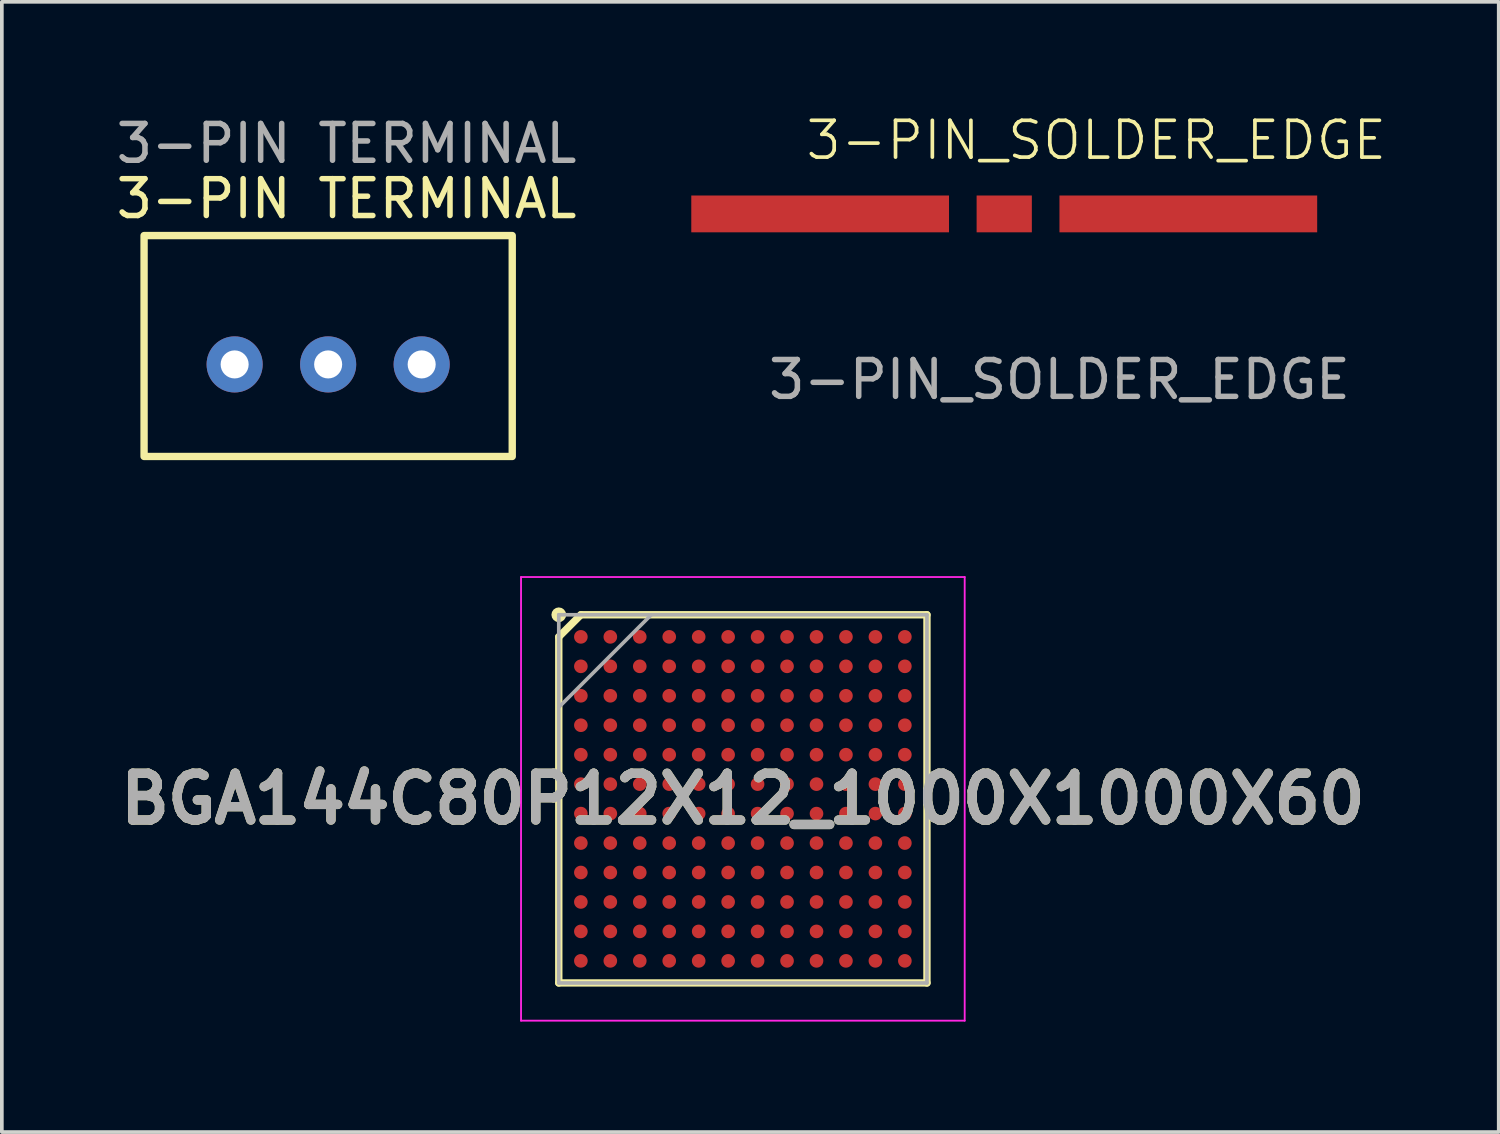
<source format=kicad_pcb>
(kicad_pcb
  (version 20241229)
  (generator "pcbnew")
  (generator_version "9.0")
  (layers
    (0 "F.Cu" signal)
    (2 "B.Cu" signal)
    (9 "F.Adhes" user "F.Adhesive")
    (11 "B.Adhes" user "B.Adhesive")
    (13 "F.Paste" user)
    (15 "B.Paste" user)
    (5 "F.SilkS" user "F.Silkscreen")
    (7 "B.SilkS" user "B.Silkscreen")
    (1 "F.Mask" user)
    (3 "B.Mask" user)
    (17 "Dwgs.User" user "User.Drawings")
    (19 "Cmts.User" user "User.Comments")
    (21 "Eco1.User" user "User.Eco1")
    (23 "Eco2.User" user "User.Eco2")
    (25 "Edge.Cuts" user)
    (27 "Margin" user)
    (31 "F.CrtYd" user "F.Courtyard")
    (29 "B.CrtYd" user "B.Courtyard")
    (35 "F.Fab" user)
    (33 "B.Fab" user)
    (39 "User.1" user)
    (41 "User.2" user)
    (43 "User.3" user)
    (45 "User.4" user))
  (footprint "3-PIN_SOLDER_EDGE"
    (layer "F.Cu")
    (at 22.726 2.76)
    (property "Reference" "3-PIN_SOLDER_EDGE" (at 4 -2 0) (unlocked yes) (layer "F.SilkS") (effects (font (size 1 1) (thickness 0.1))))
    (attr smd)
    (fp_text user "${REFERENCE}" (at 3 4.5 0) (unlocked yes) (layer "F.Fab") (effects (font (size 1 1) (thickness 0.15))))
    (pad "1" connect rect (at -3.5 0) (size 7 1) (layers "F.Cu" "F.Mask"))
    (pad "2" connect rect (at 1.5 0) (size 1.5 1) (layers "F.Cu" "F.Mask"))
    (pad "3" connect rect (at 6.5 0) (size 7 1) (layers "F.Cu" "F.Mask")))
  (footprint "3-PIN TERMINAL"
    (layer "F.Cu")
    (at 0.863 9.348)
    (property "Reference" "3-PIN TERMINAL" (at 5.5 -7 0) (unlocked yes) (layer "F.SilkS") (effects (font (size 1 1) (thickness 0.15))))
    (attr through_hole)
    (fp_rect (start 0 0) (end 10 -6) (stroke (width 0.2) (type solid)) (fill no) (layer "F.SilkS"))
    (fp_text user "${REFERENCE}" (at 5.5 -8.5 0) (unlocked yes) (layer "F.Fab") (effects (font (size 1 1) (thickness 0.15))))
    (pad "1" thru_hole circle (at 2.46 -2.5) (size 1.524 1.524) (drill 0.762) (layers "*.Cu" "*.Mask"))
    (pad "2" thru_hole circle (at 5 -2.5) (size 1.524 1.524) (drill 0.762) (layers "*.Cu" "*.Mask"))
    (pad "3" thru_hole circle (at 7.54 -2.5) (size 1.524 1.524) (drill 0.762) (layers "*.Cu" "*.Mask")))
  (footprint "BGA144C80P12X12_1000X1000X60"
    (layer "F.Cu")
    (at 17.127 18.648)
    (property "Reference" "BGA144C80P12X12_1000X1000X60" (at 0 0 0) (layer "F.SilkS") (effects (font (size 1.27 1.27) (thickness 0.254))))
    (attr smd)
    (fp_line (start -5 -4.4) (end -4.4 -5) (stroke (width 0.2) (type solid)) (layer "F.SilkS"))
    (fp_line (start -5 5) (end -5 -4.4) (stroke (width 0.2) (type solid)) (layer "F.SilkS"))
    (fp_line (start -4.4 -5) (end 5 -5) (stroke (width 0.2) (type solid)) (layer "F.SilkS"))
    (fp_line (start 5 -5) (end 5 5) (stroke (width 0.2) (type solid)) (layer "F.SilkS"))
    (fp_line (start 5 5) (end -5 5) (stroke (width 0.2) (type solid)) (layer "F.SilkS"))
    (fp_circle (center -5 -5) (end -5 -4.9) (stroke (width 0.2) (type solid)) (fill no) (layer "F.SilkS"))
    (fp_line (start -6.025 -6.025) (end 6.025 -6.025) (stroke (width 0.05) (type solid)) (layer "F.CrtYd"))
    (fp_line (start -6.025 6.025) (end -6.025 -6.025) (stroke (width 0.05) (type solid)) (layer "F.CrtYd"))
    (fp_line (start 6.025 -6.025) (end 6.025 6.025) (stroke (width 0.05) (type solid)) (layer "F.CrtYd"))
    (fp_line (start 6.025 6.025) (end -6.025 6.025) (stroke (width 0.05) (type solid)) (layer "F.CrtYd"))
    (fp_line (start -5 -5) (end 5 -5) (stroke (width 0.1) (type solid)) (layer "F.Fab"))
    (fp_line (start -5 -2.488) (end -2.488 -5) (stroke (width 0.1) (type solid)) (layer "F.Fab"))
    (fp_line (start -5 5) (end -5 -5) (stroke (width 0.1) (type solid)) (layer "F.Fab"))
    (fp_line (start 5 -5) (end 5 5) (stroke (width 0.1) (type solid)) (layer "F.Fab"))
    (fp_line (start 5 5) (end -5 5) (stroke (width 0.1) (type solid)) (layer "F.Fab"))
    (fp_text user "${REFERENCE}" (at 0 0 0) (layer "F.Fab") (effects (font (size 1.27 1.27) (thickness 0.254))))
    (pad "A1" smd circle (at -4.4 -4.4 90) (size 0.37 0.37) (layers "F.Cu" "F.Mask" "F.Paste"))
    (pad "A2" smd circle (at -3.6 -4.4 90) (size 0.37 0.37) (layers "F.Cu" "F.Mask" "F.Paste"))
    (pad "A3" smd circle (at -2.8 -4.4 90) (size 0.37 0.37) (layers "F.Cu" "F.Mask" "F.Paste"))
    (pad "A4" smd circle (at -2 -4.4 90) (size 0.37 0.37) (layers "F.Cu" "F.Mask" "F.Paste"))
    (pad "A5" smd circle (at -1.2 -4.4 90) (size 0.37 0.37) (layers "F.Cu" "F.Mask" "F.Paste"))
    (pad "A6" smd circle (at -0.4 -4.4 90) (size 0.37 0.37) (layers "F.Cu" "F.Mask" "F.Paste"))
    (pad "A7" smd circle (at 0.4 -4.4 90) (size 0.37 0.37) (layers "F.Cu" "F.Mask" "F.Paste"))
    (pad "A8" smd circle (at 1.2 -4.4 90) (size 0.37 0.37) (layers "F.Cu" "F.Mask" "F.Paste"))
    (pad "A9" smd circle (at 2 -4.4 90) (size 0.37 0.37) (layers "F.Cu" "F.Mask" "F.Paste"))
    (pad "A10" smd circle (at 2.8 -4.4 90) (size 0.37 0.37) (layers "F.Cu" "F.Mask" "F.Paste"))
    (pad "A11" smd circle (at 3.6 -4.4 90) (size 0.37 0.37) (layers "F.Cu" "F.Mask" "F.Paste"))
    (pad "A12" smd circle (at 4.4 -4.4 90) (size 0.37 0.37) (layers "F.Cu" "F.Mask" "F.Paste"))
    (pad "B1" smd circle (at -4.4 -3.6 90) (size 0.37 0.37) (layers "F.Cu" "F.Mask" "F.Paste"))
    (pad "B2" smd circle (at -3.6 -3.6 90) (size 0.37 0.37) (layers "F.Cu" "F.Mask" "F.Paste"))
    (pad "B3" smd circle (at -2.8 -3.6 90) (size 0.37 0.37) (layers "F.Cu" "F.Mask" "F.Paste"))
    (pad "B4" smd circle (at -2 -3.6 90) (size 0.37 0.37) (layers "F.Cu" "F.Mask" "F.Paste"))
    (pad "B5" smd circle (at -1.2 -3.6 90) (size 0.37 0.37) (layers "F.Cu" "F.Mask" "F.Paste"))
    (pad "B6" smd circle (at -0.4 -3.6 90) (size 0.37 0.37) (layers "F.Cu" "F.Mask" "F.Paste"))
    (pad "B7" smd circle (at 0.4 -3.6 90) (size 0.37 0.37) (layers "F.Cu" "F.Mask" "F.Paste"))
    (pad "B8" smd circle (at 1.2 -3.6 90) (size 0.37 0.37) (layers "F.Cu" "F.Mask" "F.Paste"))
    (pad "B9" smd circle (at 2 -3.6 90) (size 0.37 0.37) (layers "F.Cu" "F.Mask" "F.Paste"))
    (pad "B10" smd circle (at 2.8 -3.6 90) (size 0.37 0.37) (layers "F.Cu" "F.Mask" "F.Paste"))
    (pad "B11" smd circle (at 3.6 -3.6 90) (size 0.37 0.37) (layers "F.Cu" "F.Mask" "F.Paste"))
    (pad "B12" smd circle (at 4.4 -3.6 90) (size 0.37 0.37) (layers "F.Cu" "F.Mask" "F.Paste"))
    (pad "C1" smd circle (at -4.4 -2.8 90) (size 0.37 0.37) (layers "F.Cu" "F.Mask" "F.Paste"))
    (pad "C2" smd circle (at -3.6 -2.8 90) (size 0.37 0.37) (layers "F.Cu" "F.Mask" "F.Paste"))
    (pad "C3" smd circle (at -2.8 -2.8 90) (size 0.37 0.37) (layers "F.Cu" "F.Mask" "F.Paste"))
    (pad "C4" smd circle (at -2 -2.8 90) (size 0.37 0.37) (layers "F.Cu" "F.Mask" "F.Paste"))
    (pad "C5" smd circle (at -1.2 -2.8 90) (size 0.37 0.37) (layers "F.Cu" "F.Mask" "F.Paste"))
    (pad "C6" smd circle (at -0.4 -2.8 90) (size 0.37 0.37) (layers "F.Cu" "F.Mask" "F.Paste"))
    (pad "C7" smd circle (at 0.4 -2.8 90) (size 0.37 0.37) (layers "F.Cu" "F.Mask" "F.Paste"))
    (pad "C8" smd circle (at 1.2 -2.8 90) (size 0.37 0.37) (layers "F.Cu" "F.Mask" "F.Paste"))
    (pad "C9" smd circle (at 2 -2.8 90) (size 0.37 0.37) (layers "F.Cu" "F.Mask" "F.Paste"))
    (pad "C10" smd circle (at 2.8 -2.8 90) (size 0.37 0.37) (layers "F.Cu" "F.Mask" "F.Paste"))
    (pad "C11" smd circle (at 3.6 -2.8 90) (size 0.37 0.37) (layers "F.Cu" "F.Mask" "F.Paste"))
    (pad "C12" smd circle (at 4.4 -2.8 90) (size 0.37 0.37) (layers "F.Cu" "F.Mask" "F.Paste"))
    (pad "D1" smd circle (at -4.4 -2 90) (size 0.37 0.37) (layers "F.Cu" "F.Mask" "F.Paste"))
    (pad "D2" smd circle (at -3.6 -2 90) (size 0.37 0.37) (layers "F.Cu" "F.Mask" "F.Paste"))
    (pad "D3" smd circle (at -2.8 -2 90) (size 0.37 0.37) (layers "F.Cu" "F.Mask" "F.Paste"))
    (pad "D4" smd circle (at -2 -2 90) (size 0.37 0.37) (layers "F.Cu" "F.Mask" "F.Paste"))
    (pad "D5" smd circle (at -1.2 -2 90) (size 0.37 0.37) (layers "F.Cu" "F.Mask" "F.Paste"))
    (pad "D6" smd circle (at -0.4 -2 90) (size 0.37 0.37) (layers "F.Cu" "F.Mask" "F.Paste"))
    (pad "D7" smd circle (at 0.4 -2 90) (size 0.37 0.37) (layers "F.Cu" "F.Mask" "F.Paste"))
    (pad "D8" smd circle (at 1.2 -2 90) (size 0.37 0.37) (layers "F.Cu" "F.Mask" "F.Paste"))
    (pad "D9" smd circle (at 2 -2 90) (size 0.37 0.37) (layers "F.Cu" "F.Mask" "F.Paste"))
    (pad "D10" smd circle (at 2.8 -2 90) (size 0.37 0.37) (layers "F.Cu" "F.Mask" "F.Paste"))
    (pad "D11" smd circle (at 3.6 -2 90) (size 0.37 0.37) (layers "F.Cu" "F.Mask" "F.Paste"))
    (pad "D12" smd circle (at 4.4 -2 90) (size 0.37 0.37) (layers "F.Cu" "F.Mask" "F.Paste"))
    (pad "E1" smd circle (at -4.4 -1.2 90) (size 0.37 0.37) (layers "F.Cu" "F.Mask" "F.Paste"))
    (pad "E2" smd circle (at -3.6 -1.2 90) (size 0.37 0.37) (layers "F.Cu" "F.Mask" "F.Paste"))
    (pad "E3" smd circle (at -2.8 -1.2 90) (size 0.37 0.37) (layers "F.Cu" "F.Mask" "F.Paste"))
    (pad "E4" smd circle (at -2 -1.2 90) (size 0.37 0.37) (layers "F.Cu" "F.Mask" "F.Paste"))
    (pad "E5" smd circle (at -1.2 -1.2 90) (size 0.37 0.37) (layers "F.Cu" "F.Mask" "F.Paste"))
    (pad "E6" smd circle (at -0.4 -1.2 90) (size 0.37 0.37) (layers "F.Cu" "F.Mask" "F.Paste"))
    (pad "E7" smd circle (at 0.4 -1.2 90) (size 0.37 0.37) (layers "F.Cu" "F.Mask" "F.Paste"))
    (pad "E8" smd circle (at 1.2 -1.2 90) (size 0.37 0.37) (layers "F.Cu" "F.Mask" "F.Paste"))
    (pad "E9" smd circle (at 2 -1.2 90) (size 0.37 0.37) (layers "F.Cu" "F.Mask" "F.Paste"))
    (pad "E10" smd circle (at 2.8 -1.2 90) (size 0.37 0.37) (layers "F.Cu" "F.Mask" "F.Paste"))
    (pad "E11" smd circle (at 3.6 -1.2 90) (size 0.37 0.37) (layers "F.Cu" "F.Mask" "F.Paste"))
    (pad "E12" smd circle (at 4.4 -1.2 90) (size 0.37 0.37) (layers "F.Cu" "F.Mask" "F.Paste"))
    (pad "F1" smd circle (at -4.4 -0.4 90) (size 0.37 0.37) (layers "F.Cu" "F.Mask" "F.Paste"))
    (pad "F2" smd circle (at -3.6 -0.4 90) (size 0.37 0.37) (layers "F.Cu" "F.Mask" "F.Paste"))
    (pad "F3" smd circle (at -2.8 -0.4 90) (size 0.37 0.37) (layers "F.Cu" "F.Mask" "F.Paste"))
    (pad "F4" smd circle (at -2 -0.4 90) (size 0.37 0.37) (layers "F.Cu" "F.Mask" "F.Paste"))
    (pad "F5" smd circle (at -1.2 -0.4 90) (size 0.37 0.37) (layers "F.Cu" "F.Mask" "F.Paste"))
    (pad "F6" smd circle (at -0.4 -0.4 90) (size 0.37 0.37) (layers "F.Cu" "F.Mask" "F.Paste"))
    (pad "F7" smd circle (at 0.4 -0.4 90) (size 0.37 0.37) (layers "F.Cu" "F.Mask" "F.Paste"))
    (pad "F8" smd circle (at 1.2 -0.4 90) (size 0.37 0.37) (layers "F.Cu" "F.Mask" "F.Paste"))
    (pad "F9" smd circle (at 2 -0.4 90) (size 0.37 0.37) (layers "F.Cu" "F.Mask" "F.Paste"))
    (pad "F10" smd circle (at 2.8 -0.4 90) (size 0.37 0.37) (layers "F.Cu" "F.Mask" "F.Paste"))
    (pad "F11" smd circle (at 3.6 -0.4 90) (size 0.37 0.37) (layers "F.Cu" "F.Mask" "F.Paste"))
    (pad "F12" smd circle (at 4.4 -0.4 90) (size 0.37 0.37) (layers "F.Cu" "F.Mask" "F.Paste"))
    (pad "G1" smd circle (at -4.4 0.4 90) (size 0.37 0.37) (layers "F.Cu" "F.Mask" "F.Paste"))
    (pad "G2" smd circle (at -3.6 0.4 90) (size 0.37 0.37) (layers "F.Cu" "F.Mask" "F.Paste"))
    (pad "G3" smd circle (at -2.8 0.4 90) (size 0.37 0.37) (layers "F.Cu" "F.Mask" "F.Paste"))
    (pad "G4" smd circle (at -2 0.4 90) (size 0.37 0.37) (layers "F.Cu" "F.Mask" "F.Paste"))
    (pad "G5" smd circle (at -1.2 0.4 90) (size 0.37 0.37) (layers "F.Cu" "F.Mask" "F.Paste"))
    (pad "G6" smd circle (at -0.4 0.4 90) (size 0.37 0.37) (layers "F.Cu" "F.Mask" "F.Paste"))
    (pad "G7" smd circle (at 0.4 0.4 90) (size 0.37 0.37) (layers "F.Cu" "F.Mask" "F.Paste"))
    (pad "G8" smd circle (at 1.2 0.4 90) (size 0.37 0.37) (layers "F.Cu" "F.Mask" "F.Paste"))
    (pad "G9" smd circle (at 2 0.4 90) (size 0.37 0.37) (layers "F.Cu" "F.Mask" "F.Paste"))
    (pad "G10" smd circle (at 2.8 0.4 90) (size 0.37 0.37) (layers "F.Cu" "F.Mask" "F.Paste"))
    (pad "G11" smd circle (at 3.6 0.4 90) (size 0.37 0.37) (layers "F.Cu" "F.Mask" "F.Paste"))
    (pad "G12" smd circle (at 4.4 0.4 90) (size 0.37 0.37) (layers "F.Cu" "F.Mask" "F.Paste"))
    (pad "H1" smd circle (at -4.4 1.2 90) (size 0.37 0.37) (layers "F.Cu" "F.Mask" "F.Paste"))
    (pad "H2" smd circle (at -3.6 1.2 90) (size 0.37 0.37) (layers "F.Cu" "F.Mask" "F.Paste"))
    (pad "H3" smd circle (at -2.8 1.2 90) (size 0.37 0.37) (layers "F.Cu" "F.Mask" "F.Paste"))
    (pad "H4" smd circle (at -2 1.2 90) (size 0.37 0.37) (layers "F.Cu" "F.Mask" "F.Paste"))
    (pad "H5" smd circle (at -1.2 1.2 90) (size 0.37 0.37) (layers "F.Cu" "F.Mask" "F.Paste"))
    (pad "H6" smd circle (at -0.4 1.2 90) (size 0.37 0.37) (layers "F.Cu" "F.Mask" "F.Paste"))
    (pad "H7" smd circle (at 0.4 1.2 90) (size 0.37 0.37) (layers "F.Cu" "F.Mask" "F.Paste"))
    (pad "H8" smd circle (at 1.2 1.2 90) (size 0.37 0.37) (layers "F.Cu" "F.Mask" "F.Paste"))
    (pad "H9" smd circle (at 2 1.2 90) (size 0.37 0.37) (layers "F.Cu" "F.Mask" "F.Paste"))
    (pad "H10" smd circle (at 2.8 1.2 90) (size 0.37 0.37) (layers "F.Cu" "F.Mask" "F.Paste"))
    (pad "H11" smd circle (at 3.6 1.2 90) (size 0.37 0.37) (layers "F.Cu" "F.Mask" "F.Paste"))
    (pad "H12" smd circle (at 4.4 1.2 90) (size 0.37 0.37) (layers "F.Cu" "F.Mask" "F.Paste"))
    (pad "J1" smd circle (at -4.4 2 90) (size 0.37 0.37) (layers "F.Cu" "F.Mask" "F.Paste"))
    (pad "J2" smd circle (at -3.6 2 90) (size 0.37 0.37) (layers "F.Cu" "F.Mask" "F.Paste"))
    (pad "J3" smd circle (at -2.8 2 90) (size 0.37 0.37) (layers "F.Cu" "F.Mask" "F.Paste"))
    (pad "J4" smd circle (at -2 2 90) (size 0.37 0.37) (layers "F.Cu" "F.Mask" "F.Paste"))
    (pad "J5" smd circle (at -1.2 2 90) (size 0.37 0.37) (layers "F.Cu" "F.Mask" "F.Paste"))
    (pad "J6" smd circle (at -0.4 2 90) (size 0.37 0.37) (layers "F.Cu" "F.Mask" "F.Paste"))
    (pad "J7" smd circle (at 0.4 2 90) (size 0.37 0.37) (layers "F.Cu" "F.Mask" "F.Paste"))
    (pad "J8" smd circle (at 1.2 2 90) (size 0.37 0.37) (layers "F.Cu" "F.Mask" "F.Paste"))
    (pad "J9" smd circle (at 2 2 90) (size 0.37 0.37) (layers "F.Cu" "F.Mask" "F.Paste"))
    (pad "J10" smd circle (at 2.8 2 90) (size 0.37 0.37) (layers "F.Cu" "F.Mask" "F.Paste"))
    (pad "J11" smd circle (at 3.6 2 90) (size 0.37 0.37) (layers "F.Cu" "F.Mask" "F.Paste"))
    (pad "J12" smd circle (at 4.4 2 90) (size 0.37 0.37) (layers "F.Cu" "F.Mask" "F.Paste"))
    (pad "K1" smd circle (at -4.4 2.8 90) (size 0.37 0.37) (layers "F.Cu" "F.Mask" "F.Paste"))
    (pad "K2" smd circle (at -3.6 2.8 90) (size 0.37 0.37) (layers "F.Cu" "F.Mask" "F.Paste"))
    (pad "K3" smd circle (at -2.8 2.8 90) (size 0.37 0.37) (layers "F.Cu" "F.Mask" "F.Paste"))
    (pad "K4" smd circle (at -2 2.8 90) (size 0.37 0.37) (layers "F.Cu" "F.Mask" "F.Paste"))
    (pad "K5" smd circle (at -1.2 2.8 90) (size 0.37 0.37) (layers "F.Cu" "F.Mask" "F.Paste"))
    (pad "K6" smd circle (at -0.4 2.8 90) (size 0.37 0.37) (layers "F.Cu" "F.Mask" "F.Paste"))
    (pad "K7" smd circle (at 0.4 2.8 90) (size 0.37 0.37) (layers "F.Cu" "F.Mask" "F.Paste"))
    (pad "K8" smd circle (at 1.2 2.8 90) (size 0.37 0.37) (layers "F.Cu" "F.Mask" "F.Paste"))
    (pad "K9" smd circle (at 2 2.8 90) (size 0.37 0.37) (layers "F.Cu" "F.Mask" "F.Paste"))
    (pad "K10" smd circle (at 2.8 2.8 90) (size 0.37 0.37) (layers "F.Cu" "F.Mask" "F.Paste"))
    (pad "K11" smd circle (at 3.6 2.8 90) (size 0.37 0.37) (layers "F.Cu" "F.Mask" "F.Paste"))
    (pad "K12" smd circle (at 4.4 2.8 90) (size 0.37 0.37) (layers "F.Cu" "F.Mask" "F.Paste"))
    (pad "L1" smd circle (at -4.4 3.6 90) (size 0.37 0.37) (layers "F.Cu" "F.Mask" "F.Paste"))
    (pad "L2" smd circle (at -3.6 3.6 90) (size 0.37 0.37) (layers "F.Cu" "F.Mask" "F.Paste"))
    (pad "L3" smd circle (at -2.8 3.6 90) (size 0.37 0.37) (layers "F.Cu" "F.Mask" "F.Paste"))
    (pad "L4" smd circle (at -2 3.6 90) (size 0.37 0.37) (layers "F.Cu" "F.Mask" "F.Paste"))
    (pad "L5" smd circle (at -1.2 3.6 90) (size 0.37 0.37) (layers "F.Cu" "F.Mask" "F.Paste"))
    (pad "L6" smd circle (at -0.4 3.6 90) (size 0.37 0.37) (layers "F.Cu" "F.Mask" "F.Paste"))
    (pad "L7" smd circle (at 0.4 3.6 90) (size 0.37 0.37) (layers "F.Cu" "F.Mask" "F.Paste"))
    (pad "L8" smd circle (at 1.2 3.6 90) (size 0.37 0.37) (layers "F.Cu" "F.Mask" "F.Paste"))
    (pad "L9" smd circle (at 2 3.6 90) (size 0.37 0.37) (layers "F.Cu" "F.Mask" "F.Paste"))
    (pad "L10" smd circle (at 2.8 3.6 90) (size 0.37 0.37) (layers "F.Cu" "F.Mask" "F.Paste"))
    (pad "L11" smd circle (at 3.6 3.6 90) (size 0.37 0.37) (layers "F.Cu" "F.Mask" "F.Paste"))
    (pad "L12" smd circle (at 4.4 3.6 90) (size 0.37 0.37) (layers "F.Cu" "F.Mask" "F.Paste"))
    (pad "M1" smd circle (at -4.4 4.4 90) (size 0.37 0.37) (layers "F.Cu" "F.Mask" "F.Paste"))
    (pad "M2" smd circle (at -3.6 4.4 90) (size 0.37 0.37) (layers "F.Cu" "F.Mask" "F.Paste"))
    (pad "M3" smd circle (at -2.8 4.4 90) (size 0.37 0.37) (layers "F.Cu" "F.Mask" "F.Paste"))
    (pad "M4" smd circle (at -2 4.4 90) (size 0.37 0.37) (layers "F.Cu" "F.Mask" "F.Paste"))
    (pad "M5" smd circle (at -1.2 4.4 90) (size 0.37 0.37) (layers "F.Cu" "F.Mask" "F.Paste"))
    (pad "M6" smd circle (at -0.4 4.4 90) (size 0.37 0.37) (layers "F.Cu" "F.Mask" "F.Paste"))
    (pad "M7" smd circle (at 0.4 4.4 90) (size 0.37 0.37) (layers "F.Cu" "F.Mask" "F.Paste"))
    (pad "M8" smd circle (at 1.2 4.4 90) (size 0.37 0.37) (layers "F.Cu" "F.Mask" "F.Paste"))
    (pad "M9" smd circle (at 2 4.4 90) (size 0.37 0.37) (layers "F.Cu" "F.Mask" "F.Paste"))
    (pad "M10" smd circle (at 2.8 4.4 90) (size 0.37 0.37) (layers "F.Cu" "F.Mask" "F.Paste"))
    (pad "M11" smd circle (at 3.6 4.4 90) (size 0.37 0.37) (layers "F.Cu" "F.Mask" "F.Paste"))
    (pad "M12" smd circle (at 4.4 4.4 90) (size 0.37 0.37) (layers "F.Cu" "F.Mask" "F.Paste")))
  (gr_rect
    (start -3 -3)
    (end 37.657 27.698)
    (stroke (width 0.1) (type default))
    (fill no)
    (layer "Edge.Cuts")))
</source>
